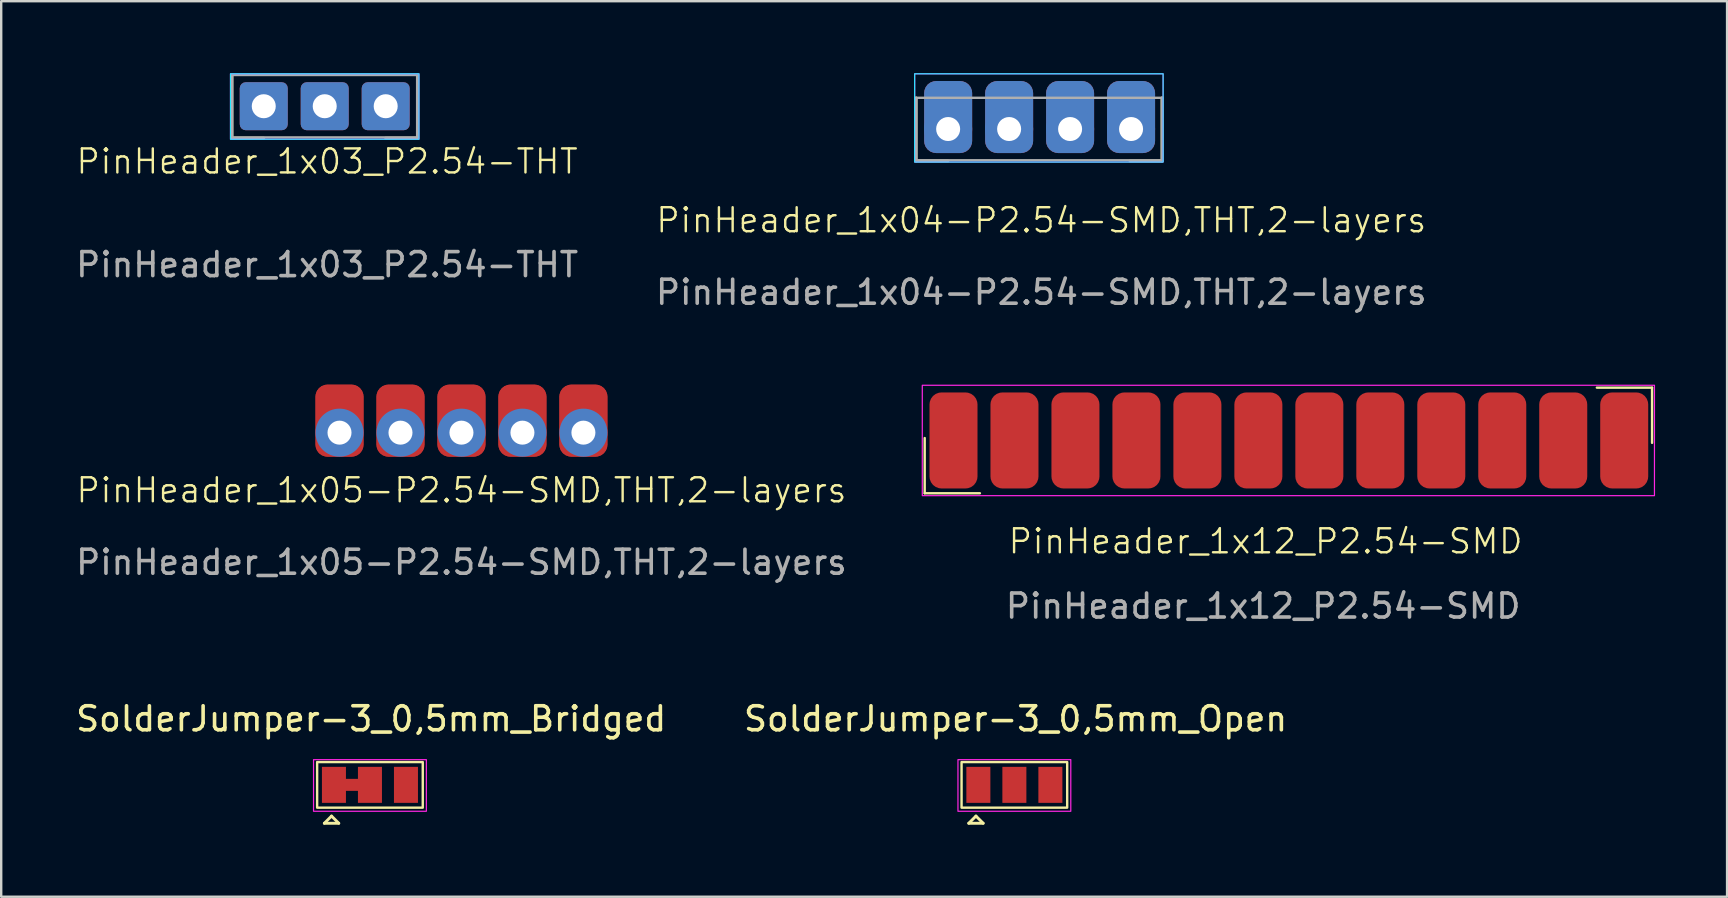
<source format=kicad_pcb>
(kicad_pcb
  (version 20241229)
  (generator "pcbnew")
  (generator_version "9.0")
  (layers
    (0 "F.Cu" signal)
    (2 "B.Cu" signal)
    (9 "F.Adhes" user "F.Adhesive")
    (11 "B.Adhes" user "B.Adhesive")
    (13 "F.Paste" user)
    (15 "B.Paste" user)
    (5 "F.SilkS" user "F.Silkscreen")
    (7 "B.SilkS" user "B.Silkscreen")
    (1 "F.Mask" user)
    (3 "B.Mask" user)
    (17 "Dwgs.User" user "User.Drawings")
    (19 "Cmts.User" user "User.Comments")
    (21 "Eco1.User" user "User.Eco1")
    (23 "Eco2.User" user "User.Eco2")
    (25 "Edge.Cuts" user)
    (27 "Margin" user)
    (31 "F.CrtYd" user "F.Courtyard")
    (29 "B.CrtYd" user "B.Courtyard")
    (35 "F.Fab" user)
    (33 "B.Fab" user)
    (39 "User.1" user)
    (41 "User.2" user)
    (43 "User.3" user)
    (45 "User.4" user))
  (footprint "PinHeader_1x04-P2.54-SMD,THT,2-layers"
    (layer "F.Cu")
    (at 40.227 1.825)
    (property "Reference" "PinHeader_1x04-P2.54-SMD,THT,2-layers" (at 0.1 4.3 0) (unlocked yes) (layer "F.SilkS") (effects (font (size 1 1) (thickness 0.1))))
    (fp_line (start -5.12 1.83) (end -5.12 -0.8) (stroke (width 0.12) (type solid)) (layer "F.SilkS"))
    (fp_line (start -3.79 1.83) (end -5.12 1.83) (stroke (width 0.12) (type solid)) (layer "F.SilkS"))
    (fp_line (start 5.125 1.83) (end 3.795 1.83) (stroke (width 0.12) (type solid)) (layer "F.SilkS"))
    (fp_line (start 5.13 -0.8) (end 5.13 1.83) (stroke (width 0.12) (type solid)) (layer "F.SilkS"))
    (fp_rect (start -5.175 -1.8) (end 5.175 1.875) (stroke (width 0.05) (type default)) (fill no) (layer "B.CrtYd"))
    (fp_rect (start -5.175 -1.8) (end 5.175 1.875) (stroke (width 0.05) (type default)) (fill no) (layer "F.CrtYd"))
    (fp_rect (start -5.1 -0.8) (end 5.125 1.8) (stroke (width 0.1) (type default)) (fill no) (layer "F.Fab"))
    (fp_text user "${REFERENCE}" (at 0.1 7.3 0) (unlocked yes) (layer "F.Fab") (effects (font (size 1 1) (thickness 0.15))))
    (pad "1" smd roundrect (at -3.78 0) (size 2 3) (layers "F.Cu" "F.Mask" "F.Paste") (roundrect_rratio 0.25))
    (pad "1" smd roundrect (at -3.78 0) (size 2 3) (layers "B.Cu" "B.Mask" "B.Paste") (roundrect_rratio 0.25))
    (pad "1" thru_hole circle (at -3.78 0.5) (size 2 2) (drill 1) (layers "*.Cu" "*.Mask"))
    (pad "2" smd roundrect (at -1.24 0) (size 2 3) (layers "F.Cu" "F.Mask" "F.Paste") (roundrect_rratio 0.25))
    (pad "2" smd roundrect (at -1.24 0) (size 2 3) (layers "B.Cu" "B.Mask" "B.Paste") (roundrect_rratio 0.25))
    (pad "2" thru_hole circle (at -1.24 0.5) (size 2 2) (drill 1) (layers "*.Cu" "*.Mask"))
    (pad "3" smd roundrect (at 1.3 0) (size 2 3) (layers "F.Cu" "F.Mask" "F.Paste") (roundrect_rratio 0.25))
    (pad "3" smd roundrect (at 1.3 0) (size 2 3) (layers "B.Cu" "B.Mask" "B.Paste") (roundrect_rratio 0.25))
    (pad "3" thru_hole circle (at 1.3 0.5) (size 2 2) (drill 1) (layers "*.Cu" "*.Mask"))
    (pad "4" smd roundrect (at 3.84 0) (size 2 3) (layers "F.Cu" "F.Mask" "F.Paste") (roundrect_rratio 0.25))
    (pad "4" smd roundrect (at 3.84 0) (size 2 3) (layers "B.Cu" "B.Mask" "B.Paste") (roundrect_rratio 0.25))
    (pad "4" thru_hole circle (at 3.84 0.5) (size 2 2) (drill 1) (layers "*.Cu" "*.Mask")))
  (footprint "PinHeader_1x05-P2.54-SMD,THT,2-layers"
    (layer "F.Cu")
    (at 16.173 14.473)
    (property "Reference" "PinHeader_1x05-P2.54-SMD,THT,2-layers" (at 0 2.9 0) (unlocked yes) (layer "F.SilkS") (effects (font (size 1 1) (thickness 0.1))))
    (fp_text user "${REFERENCE}" (at 0 5.9 0) (unlocked yes) (layer "F.Fab") (effects (font (size 1 1) (thickness 0.15))))
    (pad "1" smd roundrect (at -5.08 0) (size 2 3) (layers "F.Cu" "F.Mask" "F.Paste") (roundrect_rratio 0.25))
    (pad "1" smd roundrect (at -5.08 0) (size 2 3) (layers "F.Cu" "F.Mask" "F.Paste") (roundrect_rratio 0.25))
    (pad "1" thru_hole circle (at -5.08 0.5) (size 2 2) (drill 1) (layers "*.Cu" "*.Mask"))
    (pad "2" smd roundrect (at -2.54 0) (size 2 3) (layers "F.Cu" "F.Mask" "F.Paste") (roundrect_rratio 0.25))
    (pad "2" smd roundrect (at -2.54 0) (size 2 3) (layers "F.Cu" "F.Mask" "F.Paste") (roundrect_rratio 0.25))
    (pad "2" thru_hole circle (at -2.54 0.5) (size 2 2) (drill 1) (layers "*.Cu" "*.Mask"))
    (pad "3" smd roundrect (at 0 0) (size 2 3) (layers "F.Cu" "F.Mask" "F.Paste") (roundrect_rratio 0.25))
    (pad "3" smd roundrect (at 0 0) (size 2 3) (layers "F.Cu" "F.Mask" "F.Paste") (roundrect_rratio 0.25))
    (pad "3" thru_hole circle (at 0 0.5) (size 2 2) (drill 1) (layers "*.Cu" "*.Mask"))
    (pad "4" smd roundrect (at 2.54 0) (size 2 3) (layers "F.Cu" "F.Mask" "F.Paste") (roundrect_rratio 0.25))
    (pad "4" smd roundrect (at 2.54 0) (size 2 3) (layers "F.Cu" "F.Mask" "F.Paste") (roundrect_rratio 0.25))
    (pad "4" thru_hole circle (at 2.54 0.5) (size 2 2) (drill 1) (layers "*.Cu" "*.Mask"))
    (pad "5" smd roundrect (at 5.08 0) (size 2 3) (layers "F.Cu" "F.Mask" "F.Paste") (roundrect_rratio 0.25))
    (pad "5" smd roundrect (at 5.08 0) (size 2 3) (layers "F.Cu" "F.Mask" "F.Paste") (roundrect_rratio 0.25))
    (pad "5" thru_hole circle (at 5.08 0.5) (size 2 2) (drill 1) (layers "*.Cu" "*.Mask")))
  (footprint "SolderJumper-3_0,5mm_Open"
    (layer "F.Cu")
    (at 39.356 29.695)
    (property "Reference" "SolderJumper-3_0,5mm_Open" (at -0.1 -2.8 0) (layer "F.SilkS") (effects (font (size 1 1) (thickness 0.15))))
    (attr exclude_from_pos_files exclude_from_bom)
    (fp_line (start -2.05 1.55) (end -1.45 1.55) (stroke (width 0.12) (type solid)) (layer "F.SilkS"))
    (fp_line (start -1.75 1.25) (end -2.05 1.55) (stroke (width 0.12) (type solid)) (layer "F.SilkS"))
    (fp_line (start -1.75 1.25) (end -1.45 1.55) (stroke (width 0.12) (type solid)) (layer "F.SilkS"))
    (fp_rect (start -2.35 -1) (end 2.05 0.9) (stroke (width 0.1) (type default)) (fill no) (layer "F.SilkS"))
    (fp_rect (start -2.5 -1.1) (end 2.2 1.05) (stroke (width 0.05) (type default)) (fill no) (layer "F.CrtYd"))
    (pad "1" smd rect (at -1.65 -0.05) (size 1 1.5) (layers "F.Cu" "F.Mask"))
    (pad "2" smd rect (at -0.15 -0.05) (size 1 1.5) (layers "F.Cu" "F.Mask"))
    (pad "3" smd rect (at 1.35 -0.05) (size 1 1.5) (layers "F.Cu" "F.Mask")))
  (footprint "PinHeader_1x03_P2.54-THT"
    (layer "F.Cu")
    (at 10.477 0.675)
    (property "Reference" "PinHeader_1x03_P2.54-THT" (at 0.1 3 0) (unlocked yes) (layer "F.SilkS") (effects (font (size 1 1) (thickness 0.1))))
    (fp_line (start -3.87 2.03) (end -3.87 -0.6) (stroke (width 0.12) (type solid)) (layer "F.SilkS"))
    (fp_line (start -2.54 2.03) (end -3.87 2.03) (stroke (width 0.12) (type solid)) (layer "F.SilkS"))
    (fp_line (start 3.87 -0.6) (end 3.87 2.03) (stroke (width 0.12) (type solid)) (layer "F.SilkS"))
    (fp_line (start 3.87 2.03) (end 2.54 2.03) (stroke (width 0.12) (type solid)) (layer "F.SilkS"))
    (fp_rect (start -3.925 -0.65) (end 3.925 2.075) (stroke (width 0.05) (type default)) (fill no) (layer "B.CrtYd"))
    (fp_rect (start -3.925 -0.65) (end 3.925 2.075) (stroke (width 0.05) (type default)) (fill no) (layer "F.CrtYd"))
    (fp_rect (start -3.85 -0.6) (end 3.85 2) (stroke (width 0.1) (type default)) (fill no) (layer "F.Fab"))
    (fp_text user "${REFERENCE}" (at 0.1 7.3 0) (unlocked yes) (layer "F.Fab") (effects (font (size 1 1) (thickness 0.15))))
    (pad "1" thru_hole roundrect (at -2.54 0.7) (size 2 2) (drill 1) (layers "*.Cu" "*.Mask") (roundrect_rratio 0.125))
    (pad "2" thru_hole roundrect (at 0 0.7) (size 2 2) (drill 1) (layers "*.Cu" "*.Mask") (roundrect_rratio 0.125))
    (pad "3" thru_hole roundrect (at 2.54 0.7) (size 2 2) (drill 1) (layers "*.Cu" "*.Mask") (roundrect_rratio 0.125)))
  (footprint "PinHeader_1x12_P2.54-SMD"
    (layer "F.Cu")
    (at 49.37 15.298)
    (property "Reference" "PinHeader_1x12_P2.54-SMD" (at 0.3 4.2 0) (unlocked yes) (layer "F.SilkS") (effects (font (size 1 1) (thickness 0.1))))
    (attr smd)
    (fp_line (start -13.9 2.2) (end -13.9 -0.1) (stroke (width 0.1) (type default)) (layer "F.SilkS"))
    (fp_line (start -11.6 2.2) (end -13.9 2.2) (stroke (width 0.1) (type default)) (layer "F.SilkS"))
    (fp_line (start 14.1 -2.2) (end 16.4 -2.2) (stroke (width 0.1) (type default)) (layer "F.SilkS"))
    (fp_line (start 16.4 -2.2) (end 16.4 0.1) (stroke (width 0.1) (type default)) (layer "F.SilkS"))
    (fp_rect (start -14 -2.3) (end 16.5 2.3) (stroke (width 0.05) (type default)) (fill no) (layer "F.CrtYd"))
    (fp_text user "${REFERENCE}" (at 0.2 6.9 0) (unlocked yes) (layer "F.Fab") (effects (font (size 1 1) (thickness 0.15))))
    (pad "1" smd roundrect (at -12.7 0) (size 2 4) (layers "F.Cu" "F.Mask" "F.Paste") (roundrect_rratio 0.25))
    (pad "2" smd roundrect (at -10.16 0) (size 2 4) (layers "F.Cu" "F.Mask" "F.Paste") (roundrect_rratio 0.25))
    (pad "3" smd roundrect (at -7.62 0) (size 2 4) (layers "F.Cu" "F.Mask" "F.Paste") (roundrect_rratio 0.25))
    (pad "4" smd roundrect (at -5.08 0) (size 2 4) (layers "F.Cu" "F.Mask" "F.Paste") (roundrect_rratio 0.25))
    (pad "5" smd roundrect (at -2.54 0) (size 2 4) (layers "F.Cu" "F.Mask" "F.Paste") (roundrect_rratio 0.25))
    (pad "6" smd roundrect (at 0 0) (size 2 4) (layers "F.Cu" "F.Mask" "F.Paste") (roundrect_rratio 0.25))
    (pad "7" smd roundrect (at 2.54 0) (size 2 4) (layers "F.Cu" "F.Mask" "F.Paste") (roundrect_rratio 0.25))
    (pad "8" smd roundrect (at 5.08 0) (size 2 4) (layers "F.Cu" "F.Mask" "F.Paste") (roundrect_rratio 0.25))
    (pad "9" smd roundrect (at 7.62 0) (size 2 4) (layers "F.Cu" "F.Mask" "F.Paste") (roundrect_rratio 0.25))
    (pad "10" smd roundrect (at 10.16 0) (size 2 4) (layers "F.Cu" "F.Mask" "F.Paste") (roundrect_rratio 0.25))
    (pad "11" smd roundrect (at 12.7 0) (size 2 4) (layers "F.Cu" "F.Mask" "F.Paste") (roundrect_rratio 0.25))
    (pad "12" smd roundrect (at 15.24 0) (size 2 4) (layers "F.Cu" "F.Mask" "F.Paste") (roundrect_rratio 0.25)))
  (footprint "SolderJumper-3_0,5mm_Bridged"
    (layer "F.Cu")
    (at 12.511 29.695)
    (property "Reference" "SolderJumper-3_0,5mm_Bridged" (at -0.1 -2.8 0) (layer "F.SilkS") (effects (font (size 1 1) (thickness 0.15))))
    (attr exclude_from_pos_files exclude_from_bom)
    (fp_poly (pts (xy -1.2 -0.3) (xy -0.6 -0.3) (xy -0.6 0.2) (xy -1.2 0.2)) (stroke (width 0) (type solid)) (fill yes) (layer "F.Cu"))
    (fp_line (start -2.05 1.55) (end -1.45 1.55) (stroke (width 0.12) (type solid)) (layer "F.SilkS"))
    (fp_line (start -1.75 1.25) (end -2.05 1.55) (stroke (width 0.12) (type solid)) (layer "F.SilkS"))
    (fp_line (start -1.75 1.25) (end -1.45 1.55) (stroke (width 0.12) (type solid)) (layer "F.SilkS"))
    (fp_rect (start -2.35 -1) (end 2.05 0.9) (stroke (width 0.1) (type default)) (fill no) (layer "F.SilkS"))
    (fp_rect (start -2.5 -1.1) (end 2.2 1.05) (stroke (width 0.05) (type default)) (fill no) (layer "F.CrtYd"))
    (pad "1" smd rect (at -1.65 -0.05) (size 1 1.5) (layers "F.Cu" "F.Mask"))
    (pad "2" smd rect (at -0.15 -0.05) (size 1 1.5) (layers "F.Cu" "F.Mask"))
    (pad "3" smd rect (at 1.35 -0.05) (size 1 1.5) (layers "F.Cu" "F.Mask")))
  (gr_rect
    (start -3 -3)
    (end 68.895 34.305)
    (stroke (width 0.1) (type default))
    (fill no)
    (layer "Edge.Cuts")))
</source>
